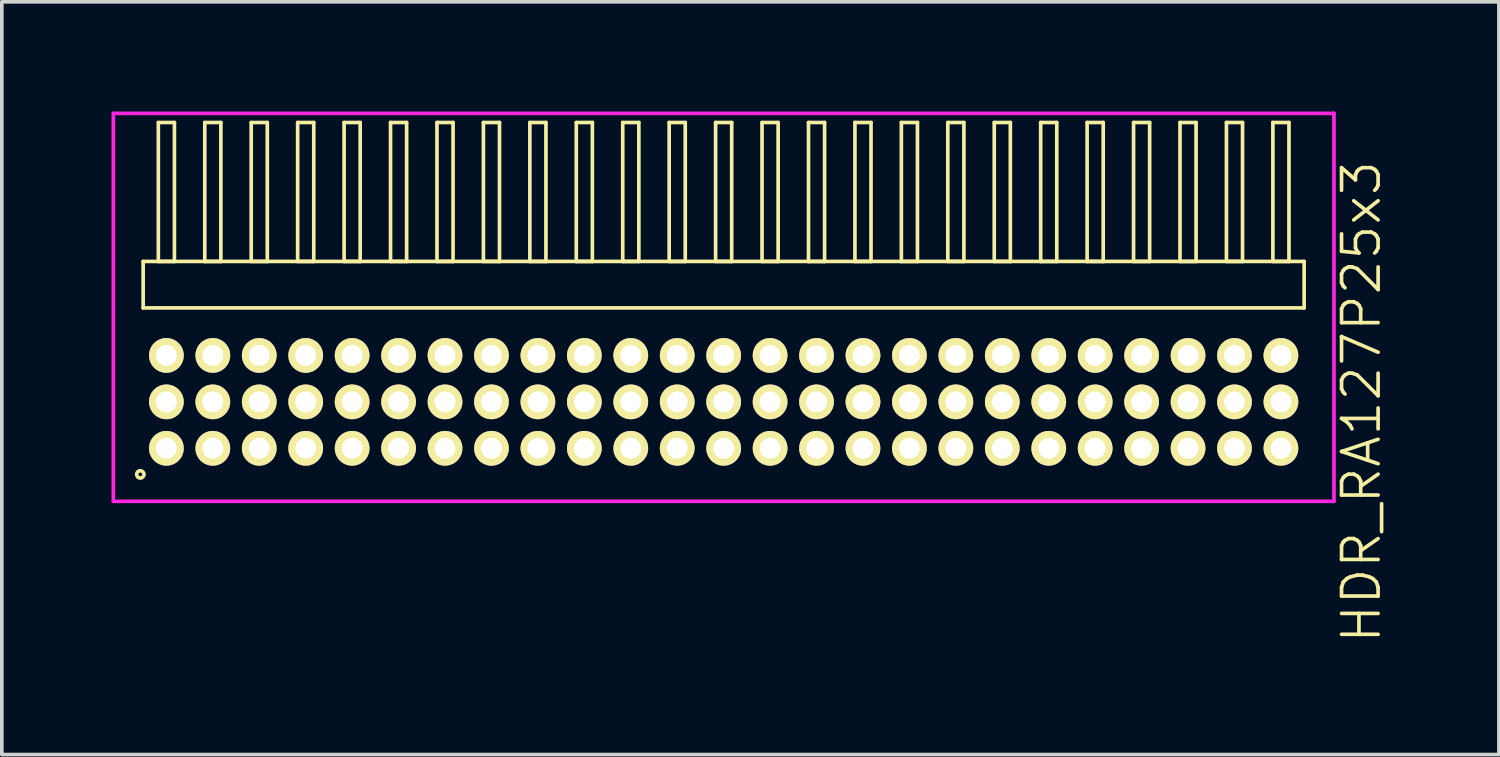
<source format=kicad_pcb>
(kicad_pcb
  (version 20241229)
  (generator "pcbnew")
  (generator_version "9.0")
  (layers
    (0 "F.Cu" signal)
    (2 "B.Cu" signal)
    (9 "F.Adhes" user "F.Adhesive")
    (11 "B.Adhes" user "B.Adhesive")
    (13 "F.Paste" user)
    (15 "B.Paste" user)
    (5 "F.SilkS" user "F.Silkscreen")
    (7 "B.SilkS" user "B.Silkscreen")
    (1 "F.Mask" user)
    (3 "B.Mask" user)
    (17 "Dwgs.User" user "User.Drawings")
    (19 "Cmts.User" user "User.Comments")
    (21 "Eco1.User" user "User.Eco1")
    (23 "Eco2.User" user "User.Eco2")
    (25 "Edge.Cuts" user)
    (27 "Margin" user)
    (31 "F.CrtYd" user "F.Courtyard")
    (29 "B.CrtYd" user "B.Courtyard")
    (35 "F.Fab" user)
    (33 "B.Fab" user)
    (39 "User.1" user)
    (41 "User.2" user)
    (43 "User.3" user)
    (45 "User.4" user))
  (footprint "HDR_RA127P25x3"
    (layer "F.Cu")
    (at 16.74 7.94)
    (property "Reference" "HDR_RA127P25x3" (at 17.44 0 90) (layer "F.SilkS") (effects (font (size 1 1) (thickness 0.1))))
    (attr through_hole)
    (fp_line (start -15.875 -3.84) (end -15.875 -2.57) (stroke (width 0.1) (type solid)) (layer "F.SilkS"))
    (fp_line (start -15.875 -2.57) (end 15.875 -2.57) (stroke (width 0.1) (type solid)) (layer "F.SilkS"))
    (fp_line (start -15.46 -7.64) (end -15.46 -3.84) (stroke (width 0.1) (type solid)) (layer "F.SilkS"))
    (fp_line (start -15.46 -3.84) (end -15.02 -3.84) (stroke (width 0.1) (type solid)) (layer "F.SilkS"))
    (fp_line (start -15.02 -7.64) (end -15.46 -7.64) (stroke (width 0.1) (type solid)) (layer "F.SilkS"))
    (fp_line (start -15.02 -3.84) (end -15.02 -7.64) (stroke (width 0.1) (type solid)) (layer "F.SilkS"))
    (fp_line (start -14.19 -7.64) (end -14.19 -3.84) (stroke (width 0.1) (type solid)) (layer "F.SilkS"))
    (fp_line (start -14.19 -3.84) (end -13.75 -3.84) (stroke (width 0.1) (type solid)) (layer "F.SilkS"))
    (fp_line (start -13.75 -7.64) (end -14.19 -7.64) (stroke (width 0.1) (type solid)) (layer "F.SilkS"))
    (fp_line (start -13.75 -3.84) (end -13.75 -7.64) (stroke (width 0.1) (type solid)) (layer "F.SilkS"))
    (fp_line (start -12.92 -7.64) (end -12.92 -3.84) (stroke (width 0.1) (type solid)) (layer "F.SilkS"))
    (fp_line (start -12.92 -3.84) (end -12.48 -3.84) (stroke (width 0.1) (type solid)) (layer "F.SilkS"))
    (fp_line (start -12.48 -7.64) (end -12.92 -7.64) (stroke (width 0.1) (type solid)) (layer "F.SilkS"))
    (fp_line (start -12.48 -3.84) (end -12.48 -7.64) (stroke (width 0.1) (type solid)) (layer "F.SilkS"))
    (fp_line (start -11.65 -7.64) (end -11.65 -3.84) (stroke (width 0.1) (type solid)) (layer "F.SilkS"))
    (fp_line (start -11.65 -3.84) (end -11.21 -3.84) (stroke (width 0.1) (type solid)) (layer "F.SilkS"))
    (fp_line (start -11.21 -7.64) (end -11.65 -7.64) (stroke (width 0.1) (type solid)) (layer "F.SilkS"))
    (fp_line (start -11.21 -3.84) (end -11.21 -7.64) (stroke (width 0.1) (type solid)) (layer "F.SilkS"))
    (fp_line (start -10.38 -7.64) (end -10.38 -3.84) (stroke (width 0.1) (type solid)) (layer "F.SilkS"))
    (fp_line (start -10.38 -3.84) (end -9.94 -3.84) (stroke (width 0.1) (type solid)) (layer "F.SilkS"))
    (fp_line (start -9.94 -7.64) (end -10.38 -7.64) (stroke (width 0.1) (type solid)) (layer "F.SilkS"))
    (fp_line (start -9.94 -3.84) (end -9.94 -7.64) (stroke (width 0.1) (type solid)) (layer "F.SilkS"))
    (fp_line (start -9.11 -7.64) (end -9.11 -3.84) (stroke (width 0.1) (type solid)) (layer "F.SilkS"))
    (fp_line (start -9.11 -3.84) (end -8.67 -3.84) (stroke (width 0.1) (type solid)) (layer "F.SilkS"))
    (fp_line (start -8.67 -7.64) (end -9.11 -7.64) (stroke (width 0.1) (type solid)) (layer "F.SilkS"))
    (fp_line (start -8.67 -3.84) (end -8.67 -7.64) (stroke (width 0.1) (type solid)) (layer "F.SilkS"))
    (fp_line (start -7.84 -7.64) (end -7.84 -3.84) (stroke (width 0.1) (type solid)) (layer "F.SilkS"))
    (fp_line (start -7.84 -3.84) (end -7.4 -3.84) (stroke (width 0.1) (type solid)) (layer "F.SilkS"))
    (fp_line (start -7.4 -7.64) (end -7.84 -7.64) (stroke (width 0.1) (type solid)) (layer "F.SilkS"))
    (fp_line (start -7.4 -3.84) (end -7.4 -7.64) (stroke (width 0.1) (type solid)) (layer "F.SilkS"))
    (fp_line (start -6.57 -7.64) (end -6.57 -3.84) (stroke (width 0.1) (type solid)) (layer "F.SilkS"))
    (fp_line (start -6.57 -3.84) (end -6.13 -3.84) (stroke (width 0.1) (type solid)) (layer "F.SilkS"))
    (fp_line (start -6.13 -7.64) (end -6.57 -7.64) (stroke (width 0.1) (type solid)) (layer "F.SilkS"))
    (fp_line (start -6.13 -3.84) (end -6.13 -7.64) (stroke (width 0.1) (type solid)) (layer "F.SilkS"))
    (fp_line (start -5.3 -7.64) (end -5.3 -3.84) (stroke (width 0.1) (type solid)) (layer "F.SilkS"))
    (fp_line (start -5.3 -3.84) (end -4.86 -3.84) (stroke (width 0.1) (type solid)) (layer "F.SilkS"))
    (fp_line (start -4.86 -7.64) (end -5.3 -7.64) (stroke (width 0.1) (type solid)) (layer "F.SilkS"))
    (fp_line (start -4.86 -3.84) (end -4.86 -7.64) (stroke (width 0.1) (type solid)) (layer "F.SilkS"))
    (fp_line (start -4.03 -7.64) (end -4.03 -3.84) (stroke (width 0.1) (type solid)) (layer "F.SilkS"))
    (fp_line (start -4.03 -3.84) (end -3.59 -3.84) (stroke (width 0.1) (type solid)) (layer "F.SilkS"))
    (fp_line (start -3.59 -7.64) (end -4.03 -7.64) (stroke (width 0.1) (type solid)) (layer "F.SilkS"))
    (fp_line (start -3.59 -3.84) (end -3.59 -7.64) (stroke (width 0.1) (type solid)) (layer "F.SilkS"))
    (fp_line (start -2.76 -7.64) (end -2.76 -3.84) (stroke (width 0.1) (type solid)) (layer "F.SilkS"))
    (fp_line (start -2.76 -3.84) (end -2.32 -3.84) (stroke (width 0.1) (type solid)) (layer "F.SilkS"))
    (fp_line (start -2.32 -7.64) (end -2.76 -7.64) (stroke (width 0.1) (type solid)) (layer "F.SilkS"))
    (fp_line (start -2.32 -3.84) (end -2.32 -7.64) (stroke (width 0.1) (type solid)) (layer "F.SilkS"))
    (fp_line (start -1.49 -7.64) (end -1.49 -3.84) (stroke (width 0.1) (type solid)) (layer "F.SilkS"))
    (fp_line (start -1.49 -3.84) (end -1.05 -3.84) (stroke (width 0.1) (type solid)) (layer "F.SilkS"))
    (fp_line (start -1.05 -7.64) (end -1.49 -7.64) (stroke (width 0.1) (type solid)) (layer "F.SilkS"))
    (fp_line (start -1.05 -3.84) (end -1.05 -7.64) (stroke (width 0.1) (type solid)) (layer "F.SilkS"))
    (fp_line (start -0.22 -7.64) (end -0.22 -3.84) (stroke (width 0.1) (type solid)) (layer "F.SilkS"))
    (fp_line (start -0.22 -3.84) (end 0.22 -3.84) (stroke (width 0.1) (type solid)) (layer "F.SilkS"))
    (fp_line (start 0.22 -7.64) (end -0.22 -7.64) (stroke (width 0.1) (type solid)) (layer "F.SilkS"))
    (fp_line (start 0.22 -3.84) (end 0.22 -7.64) (stroke (width 0.1) (type solid)) (layer "F.SilkS"))
    (fp_line (start 1.05 -7.64) (end 1.05 -3.84) (stroke (width 0.1) (type solid)) (layer "F.SilkS"))
    (fp_line (start 1.05 -3.84) (end 1.49 -3.84) (stroke (width 0.1) (type solid)) (layer "F.SilkS"))
    (fp_line (start 1.49 -7.64) (end 1.05 -7.64) (stroke (width 0.1) (type solid)) (layer "F.SilkS"))
    (fp_line (start 1.49 -3.84) (end 1.49 -7.64) (stroke (width 0.1) (type solid)) (layer "F.SilkS"))
    (fp_line (start 2.32 -7.64) (end 2.32 -3.84) (stroke (width 0.1) (type solid)) (layer "F.SilkS"))
    (fp_line (start 2.32 -3.84) (end 2.76 -3.84) (stroke (width 0.1) (type solid)) (layer "F.SilkS"))
    (fp_line (start 2.76 -7.64) (end 2.32 -7.64) (stroke (width 0.1) (type solid)) (layer "F.SilkS"))
    (fp_line (start 2.76 -3.84) (end 2.76 -7.64) (stroke (width 0.1) (type solid)) (layer "F.SilkS"))
    (fp_line (start 3.59 -7.64) (end 3.59 -3.84) (stroke (width 0.1) (type solid)) (layer "F.SilkS"))
    (fp_line (start 3.59 -3.84) (end 4.03 -3.84) (stroke (width 0.1) (type solid)) (layer "F.SilkS"))
    (fp_line (start 4.03 -7.64) (end 3.59 -7.64) (stroke (width 0.1) (type solid)) (layer "F.SilkS"))
    (fp_line (start 4.03 -3.84) (end 4.03 -7.64) (stroke (width 0.1) (type solid)) (layer "F.SilkS"))
    (fp_line (start 4.86 -7.64) (end 4.86 -3.84) (stroke (width 0.1) (type solid)) (layer "F.SilkS"))
    (fp_line (start 4.86 -3.84) (end 5.3 -3.84) (stroke (width 0.1) (type solid)) (layer "F.SilkS"))
    (fp_line (start 5.3 -7.64) (end 4.86 -7.64) (stroke (width 0.1) (type solid)) (layer "F.SilkS"))
    (fp_line (start 5.3 -3.84) (end 5.3 -7.64) (stroke (width 0.1) (type solid)) (layer "F.SilkS"))
    (fp_line (start 6.13 -7.64) (end 6.13 -3.84) (stroke (width 0.1) (type solid)) (layer "F.SilkS"))
    (fp_line (start 6.13 -3.84) (end 6.57 -3.84) (stroke (width 0.1) (type solid)) (layer "F.SilkS"))
    (fp_line (start 6.57 -7.64) (end 6.13 -7.64) (stroke (width 0.1) (type solid)) (layer "F.SilkS"))
    (fp_line (start 6.57 -3.84) (end 6.57 -7.64) (stroke (width 0.1) (type solid)) (layer "F.SilkS"))
    (fp_line (start 7.4 -7.64) (end 7.4 -3.84) (stroke (width 0.1) (type solid)) (layer "F.SilkS"))
    (fp_line (start 7.4 -3.84) (end 7.84 -3.84) (stroke (width 0.1) (type solid)) (layer "F.SilkS"))
    (fp_line (start 7.84 -7.64) (end 7.4 -7.64) (stroke (width 0.1) (type solid)) (layer "F.SilkS"))
    (fp_line (start 7.84 -3.84) (end 7.84 -7.64) (stroke (width 0.1) (type solid)) (layer "F.SilkS"))
    (fp_line (start 8.67 -7.64) (end 8.67 -3.84) (stroke (width 0.1) (type solid)) (layer "F.SilkS"))
    (fp_line (start 8.67 -3.84) (end 9.11 -3.84) (stroke (width 0.1) (type solid)) (layer "F.SilkS"))
    (fp_line (start 9.11 -7.64) (end 8.67 -7.64) (stroke (width 0.1) (type solid)) (layer "F.SilkS"))
    (fp_line (start 9.11 -3.84) (end 9.11 -7.64) (stroke (width 0.1) (type solid)) (layer "F.SilkS"))
    (fp_line (start 9.94 -7.64) (end 9.94 -3.84) (stroke (width 0.1) (type solid)) (layer "F.SilkS"))
    (fp_line (start 9.94 -3.84) (end 10.38 -3.84) (stroke (width 0.1) (type solid)) (layer "F.SilkS"))
    (fp_line (start 10.38 -7.64) (end 9.94 -7.64) (stroke (width 0.1) (type solid)) (layer "F.SilkS"))
    (fp_line (start 10.38 -3.84) (end 10.38 -7.64) (stroke (width 0.1) (type solid)) (layer "F.SilkS"))
    (fp_line (start 11.21 -7.64) (end 11.21 -3.84) (stroke (width 0.1) (type solid)) (layer "F.SilkS"))
    (fp_line (start 11.21 -3.84) (end 11.65 -3.84) (stroke (width 0.1) (type solid)) (layer "F.SilkS"))
    (fp_line (start 11.65 -7.64) (end 11.21 -7.64) (stroke (width 0.1) (type solid)) (layer "F.SilkS"))
    (fp_line (start 11.65 -3.84) (end 11.65 -7.64) (stroke (width 0.1) (type solid)) (layer "F.SilkS"))
    (fp_line (start 12.48 -7.64) (end 12.48 -3.84) (stroke (width 0.1) (type solid)) (layer "F.SilkS"))
    (fp_line (start 12.48 -3.84) (end 12.92 -3.84) (stroke (width 0.1) (type solid)) (layer "F.SilkS"))
    (fp_line (start 12.92 -7.64) (end 12.48 -7.64) (stroke (width 0.1) (type solid)) (layer "F.SilkS"))
    (fp_line (start 12.92 -3.84) (end 12.92 -7.64) (stroke (width 0.1) (type solid)) (layer "F.SilkS"))
    (fp_line (start 13.75 -7.64) (end 13.75 -3.84) (stroke (width 0.1) (type solid)) (layer "F.SilkS"))
    (fp_line (start 13.75 -3.84) (end 14.19 -3.84) (stroke (width 0.1) (type solid)) (layer "F.SilkS"))
    (fp_line (start 14.19 -7.64) (end 13.75 -7.64) (stroke (width 0.1) (type solid)) (layer "F.SilkS"))
    (fp_line (start 14.19 -3.84) (end 14.19 -7.64) (stroke (width 0.1) (type solid)) (layer "F.SilkS"))
    (fp_line (start 15.02 -7.64) (end 15.02 -3.84) (stroke (width 0.1) (type solid)) (layer "F.SilkS"))
    (fp_line (start 15.02 -3.84) (end 15.46 -3.84) (stroke (width 0.1) (type solid)) (layer "F.SilkS"))
    (fp_line (start 15.46 -7.64) (end 15.02 -7.64) (stroke (width 0.1) (type solid)) (layer "F.SilkS"))
    (fp_line (start 15.46 -3.84) (end 15.46 -7.64) (stroke (width 0.1) (type solid)) (layer "F.SilkS"))
    (fp_line (start 15.875 -3.84) (end -15.875 -3.84) (stroke (width 0.1) (type solid)) (layer "F.SilkS"))
    (fp_line (start 15.875 -2.57) (end 15.875 -3.84) (stroke (width 0.1) (type solid)) (layer "F.SilkS"))
    (fp_circle (center -15.953 1.983) (end -15.853 1.983) (stroke (width 0.1) (type solid)) (fill no) (layer "F.SilkS"))
    (fp_line (start -16.69 -7.89) (end -16.69 2.72) (stroke (width 0.1) (type solid)) (layer "F.CrtYd"))
    (fp_line (start -16.69 2.72) (end 16.69 2.72) (stroke (width 0.1) (type solid)) (layer "F.CrtYd"))
    (fp_line (start 16.69 -7.89) (end -16.69 -7.89) (stroke (width 0.1) (type solid)) (layer "F.CrtYd"))
    (fp_line (start 16.69 2.72) (end 16.69 -7.89) (stroke (width 0.1) (type solid)) (layer "F.CrtYd"))
    (pad "1" thru_hole oval (at -15.24 1.27) (size 0.95 0.95) (drill 0.57) (layers "*.Cu" "*.Mask" "F.SilkS"))
    (pad "2" thru_hole oval (at -15.24 0) (size 0.95 0.95) (drill 0.57) (layers "*.Cu" "*.Mask" "F.SilkS"))
    (pad "3" thru_hole oval (at -15.24 -1.27) (size 0.95 0.95) (drill 0.57) (layers "*.Cu" "*.Mask" "F.SilkS"))
    (pad "4" thru_hole oval (at -13.97 1.27) (size 0.95 0.95) (drill 0.57) (layers "*.Cu" "*.Mask" "F.SilkS"))
    (pad "5" thru_hole oval (at -13.97 0) (size 0.95 0.95) (drill 0.57) (layers "*.Cu" "*.Mask" "F.SilkS"))
    (pad "6" thru_hole oval (at -13.97 -1.27) (size 0.95 0.95) (drill 0.57) (layers "*.Cu" "*.Mask" "F.SilkS"))
    (pad "7" thru_hole oval (at -12.7 1.27) (size 0.95 0.95) (drill 0.57) (layers "*.Cu" "*.Mask" "F.SilkS"))
    (pad "8" thru_hole oval (at -12.7 0) (size 0.95 0.95) (drill 0.57) (layers "*.Cu" "*.Mask" "F.SilkS"))
    (pad "9" thru_hole oval (at -12.7 -1.27) (size 0.95 0.95) (drill 0.57) (layers "*.Cu" "*.Mask" "F.SilkS"))
    (pad "10" thru_hole oval (at -11.43 1.27) (size 0.95 0.95) (drill 0.57) (layers "*.Cu" "*.Mask" "F.SilkS"))
    (pad "11" thru_hole oval (at -11.43 0) (size 0.95 0.95) (drill 0.57) (layers "*.Cu" "*.Mask" "F.SilkS"))
    (pad "12" thru_hole oval (at -11.43 -1.27) (size 0.95 0.95) (drill 0.57) (layers "*.Cu" "*.Mask" "F.SilkS"))
    (pad "13" thru_hole oval (at -10.16 1.27) (size 0.95 0.95) (drill 0.57) (layers "*.Cu" "*.Mask" "F.SilkS"))
    (pad "14" thru_hole oval (at -10.16 0) (size 0.95 0.95) (drill 0.57) (layers "*.Cu" "*.Mask" "F.SilkS"))
    (pad "15" thru_hole oval (at -10.16 -1.27) (size 0.95 0.95) (drill 0.57) (layers "*.Cu" "*.Mask" "F.SilkS"))
    (pad "16" thru_hole oval (at -8.89 1.27) (size 0.95 0.95) (drill 0.57) (layers "*.Cu" "*.Mask" "F.SilkS"))
    (pad "17" thru_hole oval (at -8.89 0) (size 0.95 0.95) (drill 0.57) (layers "*.Cu" "*.Mask" "F.SilkS"))
    (pad "18" thru_hole oval (at -8.89 -1.27) (size 0.95 0.95) (drill 0.57) (layers "*.Cu" "*.Mask" "F.SilkS"))
    (pad "19" thru_hole oval (at -7.62 1.27) (size 0.95 0.95) (drill 0.57) (layers "*.Cu" "*.Mask" "F.SilkS"))
    (pad "20" thru_hole oval (at -7.62 0) (size 0.95 0.95) (drill 0.57) (layers "*.Cu" "*.Mask" "F.SilkS"))
    (pad "21" thru_hole oval (at -7.62 -1.27) (size 0.95 0.95) (drill 0.57) (layers "*.Cu" "*.Mask" "F.SilkS"))
    (pad "22" thru_hole oval (at -6.35 1.27) (size 0.95 0.95) (drill 0.57) (layers "*.Cu" "*.Mask" "F.SilkS"))
    (pad "23" thru_hole oval (at -6.35 0) (size 0.95 0.95) (drill 0.57) (layers "*.Cu" "*.Mask" "F.SilkS"))
    (pad "24" thru_hole oval (at -6.35 -1.27) (size 0.95 0.95) (drill 0.57) (layers "*.Cu" "*.Mask" "F.SilkS"))
    (pad "25" thru_hole oval (at -5.08 1.27) (size 0.95 0.95) (drill 0.57) (layers "*.Cu" "*.Mask" "F.SilkS"))
    (pad "26" thru_hole oval (at -5.08 0) (size 0.95 0.95) (drill 0.57) (layers "*.Cu" "*.Mask" "F.SilkS"))
    (pad "27" thru_hole oval (at -5.08 -1.27) (size 0.95 0.95) (drill 0.57) (layers "*.Cu" "*.Mask" "F.SilkS"))
    (pad "28" thru_hole oval (at -3.81 1.27) (size 0.95 0.95) (drill 0.57) (layers "*.Cu" "*.Mask" "F.SilkS"))
    (pad "29" thru_hole oval (at -3.81 0) (size 0.95 0.95) (drill 0.57) (layers "*.Cu" "*.Mask" "F.SilkS"))
    (pad "30" thru_hole oval (at -3.81 -1.27) (size 0.95 0.95) (drill 0.57) (layers "*.Cu" "*.Mask" "F.SilkS"))
    (pad "31" thru_hole oval (at -2.54 1.27) (size 0.95 0.95) (drill 0.57) (layers "*.Cu" "*.Mask" "F.SilkS"))
    (pad "32" thru_hole oval (at -2.54 0) (size 0.95 0.95) (drill 0.57) (layers "*.Cu" "*.Mask" "F.SilkS"))
    (pad "33" thru_hole oval (at -2.54 -1.27) (size 0.95 0.95) (drill 0.57) (layers "*.Cu" "*.Mask" "F.SilkS"))
    (pad "34" thru_hole oval (at -1.27 1.27) (size 0.95 0.95) (drill 0.57) (layers "*.Cu" "*.Mask" "F.SilkS"))
    (pad "35" thru_hole oval (at -1.27 0) (size 0.95 0.95) (drill 0.57) (layers "*.Cu" "*.Mask" "F.SilkS"))
    (pad "36" thru_hole oval (at -1.27 -1.27) (size 0.95 0.95) (drill 0.57) (layers "*.Cu" "*.Mask" "F.SilkS"))
    (pad "37" thru_hole oval (at 0 1.27) (size 0.95 0.95) (drill 0.57) (layers "*.Cu" "*.Mask" "F.SilkS"))
    (pad "38" thru_hole oval (at 0 0) (size 0.95 0.95) (drill 0.57) (layers "*.Cu" "*.Mask" "F.SilkS"))
    (pad "39" thru_hole oval (at 0 -1.27) (size 0.95 0.95) (drill 0.57) (layers "*.Cu" "*.Mask" "F.SilkS"))
    (pad "40" thru_hole oval (at 1.27 1.27) (size 0.95 0.95) (drill 0.57) (layers "*.Cu" "*.Mask" "F.SilkS"))
    (pad "41" thru_hole oval (at 1.27 0) (size 0.95 0.95) (drill 0.57) (layers "*.Cu" "*.Mask" "F.SilkS"))
    (pad "42" thru_hole oval (at 1.27 -1.27) (size 0.95 0.95) (drill 0.57) (layers "*.Cu" "*.Mask" "F.SilkS"))
    (pad "43" thru_hole oval (at 2.54 1.27) (size 0.95 0.95) (drill 0.57) (layers "*.Cu" "*.Mask" "F.SilkS"))
    (pad "44" thru_hole oval (at 2.54 0) (size 0.95 0.95) (drill 0.57) (layers "*.Cu" "*.Mask" "F.SilkS"))
    (pad "45" thru_hole oval (at 2.54 -1.27) (size 0.95 0.95) (drill 0.57) (layers "*.Cu" "*.Mask" "F.SilkS"))
    (pad "46" thru_hole oval (at 3.81 1.27) (size 0.95 0.95) (drill 0.57) (layers "*.Cu" "*.Mask" "F.SilkS"))
    (pad "47" thru_hole oval (at 3.81 0) (size 0.95 0.95) (drill 0.57) (layers "*.Cu" "*.Mask" "F.SilkS"))
    (pad "48" thru_hole oval (at 3.81 -1.27) (size 0.95 0.95) (drill 0.57) (layers "*.Cu" "*.Mask" "F.SilkS"))
    (pad "49" thru_hole oval (at 5.08 1.27) (size 0.95 0.95) (drill 0.57) (layers "*.Cu" "*.Mask" "F.SilkS"))
    (pad "50" thru_hole oval (at 5.08 0) (size 0.95 0.95) (drill 0.57) (layers "*.Cu" "*.Mask" "F.SilkS"))
    (pad "51" thru_hole oval (at 5.08 -1.27) (size 0.95 0.95) (drill 0.57) (layers "*.Cu" "*.Mask" "F.SilkS"))
    (pad "52" thru_hole oval (at 6.35 1.27) (size 0.95 0.95) (drill 0.57) (layers "*.Cu" "*.Mask" "F.SilkS"))
    (pad "53" thru_hole oval (at 6.35 0) (size 0.95 0.95) (drill 0.57) (layers "*.Cu" "*.Mask" "F.SilkS"))
    (pad "54" thru_hole oval (at 6.35 -1.27) (size 0.95 0.95) (drill 0.57) (layers "*.Cu" "*.Mask" "F.SilkS"))
    (pad "55" thru_hole oval (at 7.62 1.27) (size 0.95 0.95) (drill 0.57) (layers "*.Cu" "*.Mask" "F.SilkS"))
    (pad "56" thru_hole oval (at 7.62 0) (size 0.95 0.95) (drill 0.57) (layers "*.Cu" "*.Mask" "F.SilkS"))
    (pad "57" thru_hole oval (at 7.62 -1.27) (size 0.95 0.95) (drill 0.57) (layers "*.Cu" "*.Mask" "F.SilkS"))
    (pad "58" thru_hole oval (at 8.89 1.27) (size 0.95 0.95) (drill 0.57) (layers "*.Cu" "*.Mask" "F.SilkS"))
    (pad "59" thru_hole oval (at 8.89 0) (size 0.95 0.95) (drill 0.57) (layers "*.Cu" "*.Mask" "F.SilkS"))
    (pad "60" thru_hole oval (at 8.89 -1.27) (size 0.95 0.95) (drill 0.57) (layers "*.Cu" "*.Mask" "F.SilkS"))
    (pad "61" thru_hole oval (at 10.16 1.27) (size 0.95 0.95) (drill 0.57) (layers "*.Cu" "*.Mask" "F.SilkS"))
    (pad "62" thru_hole oval (at 10.16 0) (size 0.95 0.95) (drill 0.57) (layers "*.Cu" "*.Mask" "F.SilkS"))
    (pad "63" thru_hole oval (at 10.16 -1.27) (size 0.95 0.95) (drill 0.57) (layers "*.Cu" "*.Mask" "F.SilkS"))
    (pad "64" thru_hole oval (at 11.43 1.27) (size 0.95 0.95) (drill 0.57) (layers "*.Cu" "*.Mask" "F.SilkS"))
    (pad "65" thru_hole oval (at 11.43 0) (size 0.95 0.95) (drill 0.57) (layers "*.Cu" "*.Mask" "F.SilkS"))
    (pad "66" thru_hole oval (at 11.43 -1.27) (size 0.95 0.95) (drill 0.57) (layers "*.Cu" "*.Mask" "F.SilkS"))
    (pad "67" thru_hole oval (at 12.7 1.27) (size 0.95 0.95) (drill 0.57) (layers "*.Cu" "*.Mask" "F.SilkS"))
    (pad "68" thru_hole oval (at 12.7 0) (size 0.95 0.95) (drill 0.57) (layers "*.Cu" "*.Mask" "F.SilkS"))
    (pad "69" thru_hole oval (at 12.7 -1.27) (size 0.95 0.95) (drill 0.57) (layers "*.Cu" "*.Mask" "F.SilkS"))
    (pad "70" thru_hole oval (at 13.97 1.27) (size 0.95 0.95) (drill 0.57) (layers "*.Cu" "*.Mask" "F.SilkS"))
    (pad "71" thru_hole oval (at 13.97 0) (size 0.95 0.95) (drill 0.57) (layers "*.Cu" "*.Mask" "F.SilkS"))
    (pad "72" thru_hole oval (at 13.97 -1.27) (size 0.95 0.95) (drill 0.57) (layers "*.Cu" "*.Mask" "F.SilkS"))
    (pad "73" thru_hole oval (at 15.24 1.27) (size 0.95 0.95) (drill 0.57) (layers "*.Cu" "*.Mask" "F.SilkS"))
    (pad "74" thru_hole oval (at 15.24 0) (size 0.95 0.95) (drill 0.57) (layers "*.Cu" "*.Mask" "F.SilkS"))
    (pad "75" thru_hole oval (at 15.24 -1.27) (size 0.95 0.95) (drill 0.57) (layers "*.Cu" "*.Mask" "F.SilkS")))
  (gr_rect
    (start -3 -3)
    (end 37.941 17.585)
    (stroke (width 0.1) (type default))
    (fill no)
    (layer "Edge.Cuts")))
</source>
